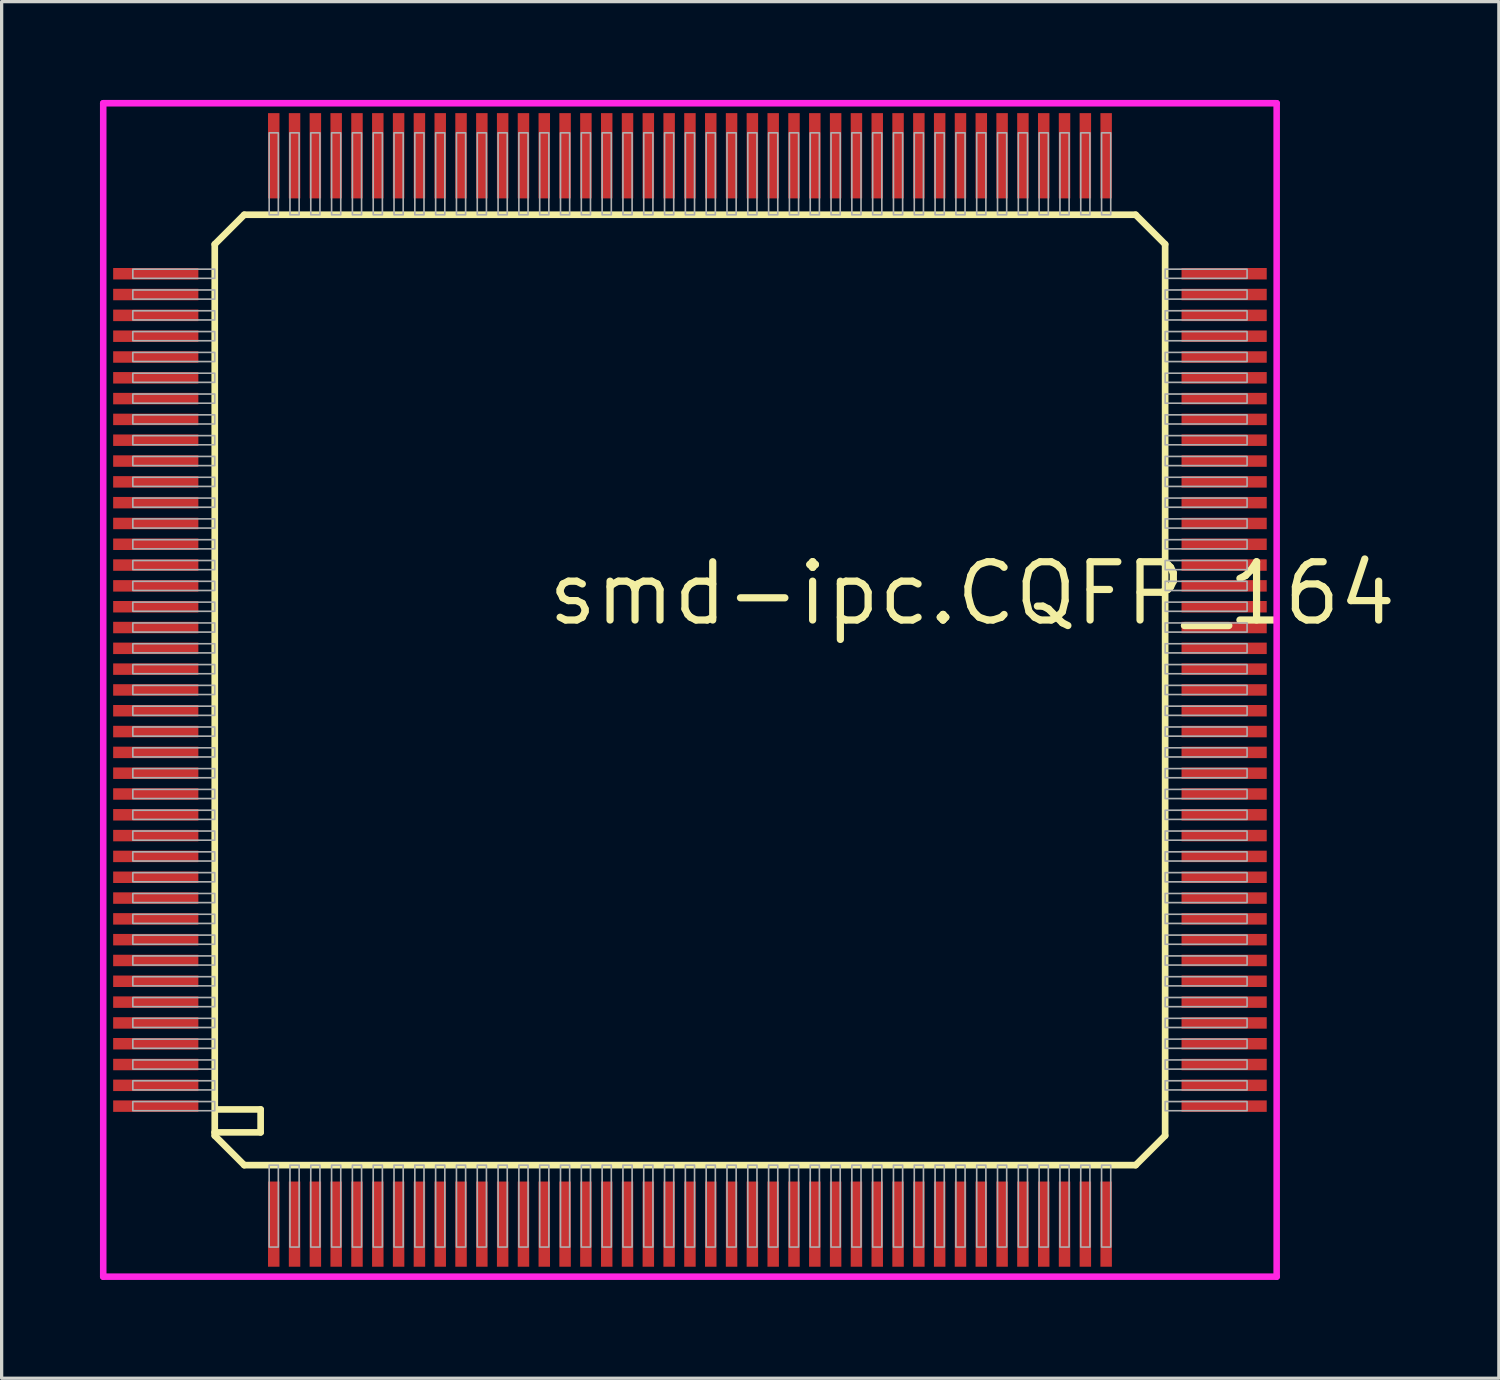
<source format=kicad_pcb>
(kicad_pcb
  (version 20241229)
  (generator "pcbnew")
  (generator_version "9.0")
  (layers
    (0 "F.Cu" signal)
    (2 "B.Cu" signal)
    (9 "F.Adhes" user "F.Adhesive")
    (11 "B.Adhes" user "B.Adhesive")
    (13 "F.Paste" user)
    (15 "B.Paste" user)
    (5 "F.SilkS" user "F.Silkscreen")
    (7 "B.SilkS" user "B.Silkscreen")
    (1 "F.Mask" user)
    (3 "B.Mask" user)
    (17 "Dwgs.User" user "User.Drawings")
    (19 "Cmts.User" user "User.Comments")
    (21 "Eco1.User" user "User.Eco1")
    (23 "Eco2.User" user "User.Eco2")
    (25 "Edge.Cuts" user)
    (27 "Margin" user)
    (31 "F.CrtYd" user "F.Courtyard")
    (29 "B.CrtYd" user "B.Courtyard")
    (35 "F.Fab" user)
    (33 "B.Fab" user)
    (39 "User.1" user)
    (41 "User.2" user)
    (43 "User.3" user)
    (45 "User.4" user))
  (footprint "smd-ipc.CQFP_164"
    (layer "F.Cu")
    (at 18.003 18.003)
    (property "Reference" "smd-ipc.CQFP_164" (at -4.445 -1.905 0) (layer "F.SilkS") (effects (font (size 1.778 1.778) (thickness 0.22)) (justify left bottom)))
    (attr smd)
    (fp_line (start -14.5 -13.6) (end -14.5 13.5) (stroke (width 0.203) (type default)) (layer "F.SilkS"))
    (fp_line (start -14.5 -13.6) (end -13.6 -14.5) (stroke (width 0.203) (type default)) (layer "F.SilkS"))
    (fp_line (start -14.5 13.5) (end -14.5 13.6) (stroke (width 0.203) (type default)) (layer "F.SilkS"))
    (fp_line (start -14.5 13.5) (end -13.1 13.5) (stroke (width 0.203) (type default)) (layer "F.SilkS"))
    (fp_line (start -14.5 13.6) (end -13.6 14.5) (stroke (width 0.203) (type default)) (layer "F.SilkS"))
    (fp_line (start -13.6 14.5) (end 13.6 14.5) (stroke (width 0.203) (type default)) (layer "F.SilkS"))
    (fp_line (start -13.1 12.8) (end -14.4 12.8) (stroke (width 0.203) (type default)) (layer "F.SilkS"))
    (fp_line (start -13.1 13.5) (end -13.1 12.8) (stroke (width 0.203) (type default)) (layer "F.SilkS"))
    (fp_line (start 13.6 -14.5) (end -13.6 -14.5) (stroke (width 0.203) (type default)) (layer "F.SilkS"))
    (fp_line (start 13.6 -14.5) (end 14.5 -13.6) (stroke (width 0.203) (type default)) (layer "F.SilkS"))
    (fp_line (start 13.6 14.5) (end 14.5 13.6) (stroke (width 0.203) (type default)) (layer "F.SilkS"))
    (fp_line (start 14.5 13.6) (end 14.5 -13.6) (stroke (width 0.203) (type default)) (layer "F.SilkS"))
    (fp_line (start -17.903 -17.903) (end 17.903 -17.903) (stroke (width 0.2) (type default)) (layer "F.CrtYd"))
    (fp_line (start -17.903 17.903) (end -17.903 -17.903) (stroke (width 0.2) (type default)) (layer "F.CrtYd"))
    (fp_line (start 17.903 -17.903) (end 17.903 17.903) (stroke (width 0.2) (type default)) (layer "F.CrtYd"))
    (fp_line (start 17.903 17.903) (end -17.903 17.903) (stroke (width 0.2) (type default)) (layer "F.CrtYd"))
    (fp_rect (start -17 -12.56) (end -14.5 -12.84) (stroke (width 0.05) (type default)) (fill no) (layer "F.Fab"))
    (fp_rect (start -17 -11.925) (end -14.5 -12.205) (stroke (width 0.05) (type default)) (fill no) (layer "F.Fab"))
    (fp_rect (start -17 -11.29) (end -14.5 -11.57) (stroke (width 0.05) (type default)) (fill no) (layer "F.Fab"))
    (fp_rect (start -17 -10.655) (end -14.5 -10.935) (stroke (width 0.05) (type default)) (fill no) (layer "F.Fab"))
    (fp_rect (start -17 -10.02) (end -14.5 -10.3) (stroke (width 0.05) (type default)) (fill no) (layer "F.Fab"))
    (fp_rect (start -17 -9.385) (end -14.5 -9.665) (stroke (width 0.05) (type default)) (fill no) (layer "F.Fab"))
    (fp_rect (start -17 -8.75) (end -14.5 -9.03) (stroke (width 0.05) (type default)) (fill no) (layer "F.Fab"))
    (fp_rect (start -17 -8.115) (end -14.5 -8.395) (stroke (width 0.05) (type default)) (fill no) (layer "F.Fab"))
    (fp_rect (start -17 -7.48) (end -14.5 -7.76) (stroke (width 0.05) (type default)) (fill no) (layer "F.Fab"))
    (fp_rect (start -17 -6.845) (end -14.5 -7.125) (stroke (width 0.05) (type default)) (fill no) (layer "F.Fab"))
    (fp_rect (start -17 -6.21) (end -14.5 -6.49) (stroke (width 0.05) (type default)) (fill no) (layer "F.Fab"))
    (fp_rect (start -17 -5.575) (end -14.5 -5.855) (stroke (width 0.05) (type default)) (fill no) (layer "F.Fab"))
    (fp_rect (start -17 -4.94) (end -14.5 -5.22) (stroke (width 0.05) (type default)) (fill no) (layer "F.Fab"))
    (fp_rect (start -17 -4.305) (end -14.5 -4.585) (stroke (width 0.05) (type default)) (fill no) (layer "F.Fab"))
    (fp_rect (start -17 -3.67) (end -14.5 -3.95) (stroke (width 0.05) (type default)) (fill no) (layer "F.Fab"))
    (fp_rect (start -17 -3.035) (end -14.5 -3.315) (stroke (width 0.05) (type default)) (fill no) (layer "F.Fab"))
    (fp_rect (start -17 -2.4) (end -14.5 -2.68) (stroke (width 0.05) (type default)) (fill no) (layer "F.Fab"))
    (fp_rect (start -17 -1.765) (end -14.5 -2.045) (stroke (width 0.05) (type default)) (fill no) (layer "F.Fab"))
    (fp_rect (start -17 -1.13) (end -14.5 -1.41) (stroke (width 0.05) (type default)) (fill no) (layer "F.Fab"))
    (fp_rect (start -17 -0.495) (end -14.5 -0.775) (stroke (width 0.05) (type default)) (fill no) (layer "F.Fab"))
    (fp_rect (start -17 0.14) (end -14.5 -0.14) (stroke (width 0.05) (type default)) (fill no) (layer "F.Fab"))
    (fp_rect (start -17 0.775) (end -14.5 0.495) (stroke (width 0.05) (type default)) (fill no) (layer "F.Fab"))
    (fp_rect (start -17 1.41) (end -14.5 1.13) (stroke (width 0.05) (type default)) (fill no) (layer "F.Fab"))
    (fp_rect (start -17 2.045) (end -14.5 1.765) (stroke (width 0.05) (type default)) (fill no) (layer "F.Fab"))
    (fp_rect (start -17 2.68) (end -14.5 2.4) (stroke (width 0.05) (type default)) (fill no) (layer "F.Fab"))
    (fp_rect (start -17 3.315) (end -14.5 3.035) (stroke (width 0.05) (type default)) (fill no) (layer "F.Fab"))
    (fp_rect (start -17 3.95) (end -14.5 3.67) (stroke (width 0.05) (type default)) (fill no) (layer "F.Fab"))
    (fp_rect (start -17 4.585) (end -14.5 4.305) (stroke (width 0.05) (type default)) (fill no) (layer "F.Fab"))
    (fp_rect (start -17 5.22) (end -14.5 4.94) (stroke (width 0.05) (type default)) (fill no) (layer "F.Fab"))
    (fp_rect (start -17 5.855) (end -14.5 5.575) (stroke (width 0.05) (type default)) (fill no) (layer "F.Fab"))
    (fp_rect (start -17 6.49) (end -14.5 6.21) (stroke (width 0.05) (type default)) (fill no) (layer "F.Fab"))
    (fp_rect (start -17 7.125) (end -14.5 6.845) (stroke (width 0.05) (type default)) (fill no) (layer "F.Fab"))
    (fp_rect (start -17 7.76) (end -14.5 7.48) (stroke (width 0.05) (type default)) (fill no) (layer "F.Fab"))
    (fp_rect (start -17 8.395) (end -14.5 8.115) (stroke (width 0.05) (type default)) (fill no) (layer "F.Fab"))
    (fp_rect (start -17 9.03) (end -14.5 8.75) (stroke (width 0.05) (type default)) (fill no) (layer "F.Fab"))
    (fp_rect (start -17 9.665) (end -14.5 9.385) (stroke (width 0.05) (type default)) (fill no) (layer "F.Fab"))
    (fp_rect (start -17 10.3) (end -14.5 10.02) (stroke (width 0.05) (type default)) (fill no) (layer "F.Fab"))
    (fp_rect (start -17 10.935) (end -14.5 10.655) (stroke (width 0.05) (type default)) (fill no) (layer "F.Fab"))
    (fp_rect (start -17 11.57) (end -14.5 11.29) (stroke (width 0.05) (type default)) (fill no) (layer "F.Fab"))
    (fp_rect (start -17 12.205) (end -14.5 11.925) (stroke (width 0.05) (type default)) (fill no) (layer "F.Fab"))
    (fp_rect (start -17 12.84) (end -14.5 12.56) (stroke (width 0.05) (type default)) (fill no) (layer "F.Fab"))
    (fp_rect (start -12.84 -14.5) (end -12.56 -17) (stroke (width 0.05) (type default)) (fill no) (layer "F.Fab"))
    (fp_rect (start -12.84 17) (end -12.56 14.5) (stroke (width 0.05) (type default)) (fill no) (layer "F.Fab"))
    (fp_rect (start -12.205 -14.5) (end -11.925 -17) (stroke (width 0.05) (type default)) (fill no) (layer "F.Fab"))
    (fp_rect (start -12.205 17) (end -11.925 14.5) (stroke (width 0.05) (type default)) (fill no) (layer "F.Fab"))
    (fp_rect (start -11.57 -14.5) (end -11.29 -17) (stroke (width 0.05) (type default)) (fill no) (layer "F.Fab"))
    (fp_rect (start -11.57 17) (end -11.29 14.5) (stroke (width 0.05) (type default)) (fill no) (layer "F.Fab"))
    (fp_rect (start -10.935 -14.5) (end -10.655 -17) (stroke (width 0.05) (type default)) (fill no) (layer "F.Fab"))
    (fp_rect (start -10.935 17) (end -10.655 14.5) (stroke (width 0.05) (type default)) (fill no) (layer "F.Fab"))
    (fp_rect (start -10.3 -14.5) (end -10.02 -17) (stroke (width 0.05) (type default)) (fill no) (layer "F.Fab"))
    (fp_rect (start -10.3 17) (end -10.02 14.5) (stroke (width 0.05) (type default)) (fill no) (layer "F.Fab"))
    (fp_rect (start -9.665 -14.5) (end -9.385 -17) (stroke (width 0.05) (type default)) (fill no) (layer "F.Fab"))
    (fp_rect (start -9.665 17) (end -9.385 14.5) (stroke (width 0.05) (type default)) (fill no) (layer "F.Fab"))
    (fp_rect (start -9.03 -14.5) (end -8.75 -17) (stroke (width 0.05) (type default)) (fill no) (layer "F.Fab"))
    (fp_rect (start -9.03 17) (end -8.75 14.5) (stroke (width 0.05) (type default)) (fill no) (layer "F.Fab"))
    (fp_rect (start -8.395 -14.5) (end -8.115 -17) (stroke (width 0.05) (type default)) (fill no) (layer "F.Fab"))
    (fp_rect (start -8.395 17) (end -8.115 14.5) (stroke (width 0.05) (type default)) (fill no) (layer "F.Fab"))
    (fp_rect (start -7.76 -14.5) (end -7.48 -17) (stroke (width 0.05) (type default)) (fill no) (layer "F.Fab"))
    (fp_rect (start -7.76 17) (end -7.48 14.5) (stroke (width 0.05) (type default)) (fill no) (layer "F.Fab"))
    (fp_rect (start -7.125 -14.5) (end -6.845 -17) (stroke (width 0.05) (type default)) (fill no) (layer "F.Fab"))
    (fp_rect (start -7.125 17) (end -6.845 14.5) (stroke (width 0.05) (type default)) (fill no) (layer "F.Fab"))
    (fp_rect (start -6.49 -14.5) (end -6.21 -17) (stroke (width 0.05) (type default)) (fill no) (layer "F.Fab"))
    (fp_rect (start -6.49 17) (end -6.21 14.5) (stroke (width 0.05) (type default)) (fill no) (layer "F.Fab"))
    (fp_rect (start -5.855 -14.5) (end -5.575 -17) (stroke (width 0.05) (type default)) (fill no) (layer "F.Fab"))
    (fp_rect (start -5.855 17) (end -5.575 14.5) (stroke (width 0.05) (type default)) (fill no) (layer "F.Fab"))
    (fp_rect (start -5.22 -14.5) (end -4.94 -17) (stroke (width 0.05) (type default)) (fill no) (layer "F.Fab"))
    (fp_rect (start -5.22 17) (end -4.94 14.5) (stroke (width 0.05) (type default)) (fill no) (layer "F.Fab"))
    (fp_rect (start -4.585 -14.5) (end -4.305 -17) (stroke (width 0.05) (type default)) (fill no) (layer "F.Fab"))
    (fp_rect (start -4.585 17) (end -4.305 14.5) (stroke (width 0.05) (type default)) (fill no) (layer "F.Fab"))
    (fp_rect (start -3.95 -14.5) (end -3.67 -17) (stroke (width 0.05) (type default)) (fill no) (layer "F.Fab"))
    (fp_rect (start -3.95 17) (end -3.67 14.5) (stroke (width 0.05) (type default)) (fill no) (layer "F.Fab"))
    (fp_rect (start -3.315 -14.5) (end -3.035 -17) (stroke (width 0.05) (type default)) (fill no) (layer "F.Fab"))
    (fp_rect (start -3.315 17) (end -3.035 14.5) (stroke (width 0.05) (type default)) (fill no) (layer "F.Fab"))
    (fp_rect (start -2.68 -14.5) (end -2.4 -17) (stroke (width 0.05) (type default)) (fill no) (layer "F.Fab"))
    (fp_rect (start -2.68 17) (end -2.4 14.5) (stroke (width 0.05) (type default)) (fill no) (layer "F.Fab"))
    (fp_rect (start -2.045 -14.5) (end -1.765 -17) (stroke (width 0.05) (type default)) (fill no) (layer "F.Fab"))
    (fp_rect (start -2.045 17) (end -1.765 14.5) (stroke (width 0.05) (type default)) (fill no) (layer "F.Fab"))
    (fp_rect (start -1.41 -14.5) (end -1.13 -17) (stroke (width 0.05) (type default)) (fill no) (layer "F.Fab"))
    (fp_rect (start -1.41 17) (end -1.13 14.5) (stroke (width 0.05) (type default)) (fill no) (layer "F.Fab"))
    (fp_rect (start -0.775 -14.5) (end -0.495 -17) (stroke (width 0.05) (type default)) (fill no) (layer "F.Fab"))
    (fp_rect (start -0.775 17) (end -0.495 14.5) (stroke (width 0.05) (type default)) (fill no) (layer "F.Fab"))
    (fp_rect (start -0.14 -14.5) (end 0.14 -17) (stroke (width 0.05) (type default)) (fill no) (layer "F.Fab"))
    (fp_rect (start -0.14 17) (end 0.14 14.5) (stroke (width 0.05) (type default)) (fill no) (layer "F.Fab"))
    (fp_rect (start 0.495 -14.5) (end 0.775 -17) (stroke (width 0.05) (type default)) (fill no) (layer "F.Fab"))
    (fp_rect (start 0.495 17) (end 0.775 14.5) (stroke (width 0.05) (type default)) (fill no) (layer "F.Fab"))
    (fp_rect (start 1.13 -14.5) (end 1.41 -17) (stroke (width 0.05) (type default)) (fill no) (layer "F.Fab"))
    (fp_rect (start 1.13 17) (end 1.41 14.5) (stroke (width 0.05) (type default)) (fill no) (layer "F.Fab"))
    (fp_rect (start 1.765 -14.5) (end 2.045 -17) (stroke (width 0.05) (type default)) (fill no) (layer "F.Fab"))
    (fp_rect (start 1.765 17) (end 2.045 14.5) (stroke (width 0.05) (type default)) (fill no) (layer "F.Fab"))
    (fp_rect (start 2.4 -14.5) (end 2.68 -17) (stroke (width 0.05) (type default)) (fill no) (layer "F.Fab"))
    (fp_rect (start 2.4 17) (end 2.68 14.5) (stroke (width 0.05) (type default)) (fill no) (layer "F.Fab"))
    (fp_rect (start 3.035 -14.5) (end 3.315 -17) (stroke (width 0.05) (type default)) (fill no) (layer "F.Fab"))
    (fp_rect (start 3.035 17) (end 3.315 14.5) (stroke (width 0.05) (type default)) (fill no) (layer "F.Fab"))
    (fp_rect (start 3.67 -14.5) (end 3.95 -17) (stroke (width 0.05) (type default)) (fill no) (layer "F.Fab"))
    (fp_rect (start 3.67 17) (end 3.95 14.5) (stroke (width 0.05) (type default)) (fill no) (layer "F.Fab"))
    (fp_rect (start 4.305 -14.5) (end 4.585 -17) (stroke (width 0.05) (type default)) (fill no) (layer "F.Fab"))
    (fp_rect (start 4.305 17) (end 4.585 14.5) (stroke (width 0.05) (type default)) (fill no) (layer "F.Fab"))
    (fp_rect (start 4.94 -14.5) (end 5.22 -17) (stroke (width 0.05) (type default)) (fill no) (layer "F.Fab"))
    (fp_rect (start 4.94 17) (end 5.22 14.5) (stroke (width 0.05) (type default)) (fill no) (layer "F.Fab"))
    (fp_rect (start 5.575 -14.5) (end 5.855 -17) (stroke (width 0.05) (type default)) (fill no) (layer "F.Fab"))
    (fp_rect (start 5.575 17) (end 5.855 14.5) (stroke (width 0.05) (type default)) (fill no) (layer "F.Fab"))
    (fp_rect (start 6.21 -14.5) (end 6.49 -17) (stroke (width 0.05) (type default)) (fill no) (layer "F.Fab"))
    (fp_rect (start 6.21 17) (end 6.49 14.5) (stroke (width 0.05) (type default)) (fill no) (layer "F.Fab"))
    (fp_rect (start 6.845 -14.5) (end 7.125 -17) (stroke (width 0.05) (type default)) (fill no) (layer "F.Fab"))
    (fp_rect (start 6.845 17) (end 7.125 14.5) (stroke (width 0.05) (type default)) (fill no) (layer "F.Fab"))
    (fp_rect (start 7.48 -14.5) (end 7.76 -17) (stroke (width 0.05) (type default)) (fill no) (layer "F.Fab"))
    (fp_rect (start 7.48 17) (end 7.76 14.5) (stroke (width 0.05) (type default)) (fill no) (layer "F.Fab"))
    (fp_rect (start 8.115 -14.5) (end 8.395 -17) (stroke (width 0.05) (type default)) (fill no) (layer "F.Fab"))
    (fp_rect (start 8.115 17) (end 8.395 14.5) (stroke (width 0.05) (type default)) (fill no) (layer "F.Fab"))
    (fp_rect (start 8.75 -14.5) (end 9.03 -17) (stroke (width 0.05) (type default)) (fill no) (layer "F.Fab"))
    (fp_rect (start 8.75 17) (end 9.03 14.5) (stroke (width 0.05) (type default)) (fill no) (layer "F.Fab"))
    (fp_rect (start 9.385 -14.5) (end 9.665 -17) (stroke (width 0.05) (type default)) (fill no) (layer "F.Fab"))
    (fp_rect (start 9.385 17) (end 9.665 14.5) (stroke (width 0.05) (type default)) (fill no) (layer "F.Fab"))
    (fp_rect (start 10.02 -14.5) (end 10.3 -17) (stroke (width 0.05) (type default)) (fill no) (layer "F.Fab"))
    (fp_rect (start 10.02 17) (end 10.3 14.5) (stroke (width 0.05) (type default)) (fill no) (layer "F.Fab"))
    (fp_rect (start 10.655 -14.5) (end 10.935 -17) (stroke (width 0.05) (type default)) (fill no) (layer "F.Fab"))
    (fp_rect (start 10.655 17) (end 10.935 14.5) (stroke (width 0.05) (type default)) (fill no) (layer "F.Fab"))
    (fp_rect (start 11.29 -14.5) (end 11.57 -17) (stroke (width 0.05) (type default)) (fill no) (layer "F.Fab"))
    (fp_rect (start 11.29 17) (end 11.57 14.5) (stroke (width 0.05) (type default)) (fill no) (layer "F.Fab"))
    (fp_rect (start 11.925 -14.5) (end 12.205 -17) (stroke (width 0.05) (type default)) (fill no) (layer "F.Fab"))
    (fp_rect (start 11.925 17) (end 12.205 14.5) (stroke (width 0.05) (type default)) (fill no) (layer "F.Fab"))
    (fp_rect (start 12.56 -14.5) (end 12.84 -17) (stroke (width 0.05) (type default)) (fill no) (layer "F.Fab"))
    (fp_rect (start 12.56 17) (end 12.84 14.5) (stroke (width 0.05) (type default)) (fill no) (layer "F.Fab"))
    (fp_rect (start 14.5 -12.56) (end 17 -12.84) (stroke (width 0.05) (type default)) (fill no) (layer "F.Fab"))
    (fp_rect (start 14.5 -11.925) (end 17 -12.205) (stroke (width 0.05) (type default)) (fill no) (layer "F.Fab"))
    (fp_rect (start 14.5 -11.29) (end 17 -11.57) (stroke (width 0.05) (type default)) (fill no) (layer "F.Fab"))
    (fp_rect (start 14.5 -10.655) (end 17 -10.935) (stroke (width 0.05) (type default)) (fill no) (layer "F.Fab"))
    (fp_rect (start 14.5 -10.02) (end 17 -10.3) (stroke (width 0.05) (type default)) (fill no) (layer "F.Fab"))
    (fp_rect (start 14.5 -9.385) (end 17 -9.665) (stroke (width 0.05) (type default)) (fill no) (layer "F.Fab"))
    (fp_rect (start 14.5 -8.75) (end 17 -9.03) (stroke (width 0.05) (type default)) (fill no) (layer "F.Fab"))
    (fp_rect (start 14.5 -8.115) (end 17 -8.395) (stroke (width 0.05) (type default)) (fill no) (layer "F.Fab"))
    (fp_rect (start 14.5 -7.48) (end 17 -7.76) (stroke (width 0.05) (type default)) (fill no) (layer "F.Fab"))
    (fp_rect (start 14.5 -6.845) (end 17 -7.125) (stroke (width 0.05) (type default)) (fill no) (layer "F.Fab"))
    (fp_rect (start 14.5 -6.21) (end 17 -6.49) (stroke (width 0.05) (type default)) (fill no) (layer "F.Fab"))
    (fp_rect (start 14.5 -5.575) (end 17 -5.855) (stroke (width 0.05) (type default)) (fill no) (layer "F.Fab"))
    (fp_rect (start 14.5 -4.94) (end 17 -5.22) (stroke (width 0.05) (type default)) (fill no) (layer "F.Fab"))
    (fp_rect (start 14.5 -4.305) (end 17 -4.585) (stroke (width 0.05) (type default)) (fill no) (layer "F.Fab"))
    (fp_rect (start 14.5 -3.67) (end 17 -3.95) (stroke (width 0.05) (type default)) (fill no) (layer "F.Fab"))
    (fp_rect (start 14.5 -3.035) (end 17 -3.315) (stroke (width 0.05) (type default)) (fill no) (layer "F.Fab"))
    (fp_rect (start 14.5 -2.4) (end 17 -2.68) (stroke (width 0.05) (type default)) (fill no) (layer "F.Fab"))
    (fp_rect (start 14.5 -1.765) (end 17 -2.045) (stroke (width 0.05) (type default)) (fill no) (layer "F.Fab"))
    (fp_rect (start 14.5 -1.13) (end 17 -1.41) (stroke (width 0.05) (type default)) (fill no) (layer "F.Fab"))
    (fp_rect (start 14.5 -0.495) (end 17 -0.775) (stroke (width 0.05) (type default)) (fill no) (layer "F.Fab"))
    (fp_rect (start 14.5 0.14) (end 17 -0.14) (stroke (width 0.05) (type default)) (fill no) (layer "F.Fab"))
    (fp_rect (start 14.5 0.775) (end 17 0.495) (stroke (width 0.05) (type default)) (fill no) (layer "F.Fab"))
    (fp_rect (start 14.5 1.41) (end 17 1.13) (stroke (width 0.05) (type default)) (fill no) (layer "F.Fab"))
    (fp_rect (start 14.5 2.045) (end 17 1.765) (stroke (width 0.05) (type default)) (fill no) (layer "F.Fab"))
    (fp_rect (start 14.5 2.68) (end 17 2.4) (stroke (width 0.05) (type default)) (fill no) (layer "F.Fab"))
    (fp_rect (start 14.5 3.315) (end 17 3.035) (stroke (width 0.05) (type default)) (fill no) (layer "F.Fab"))
    (fp_rect (start 14.5 3.95) (end 17 3.67) (stroke (width 0.05) (type default)) (fill no) (layer "F.Fab"))
    (fp_rect (start 14.5 4.585) (end 17 4.305) (stroke (width 0.05) (type default)) (fill no) (layer "F.Fab"))
    (fp_rect (start 14.5 5.22) (end 17 4.94) (stroke (width 0.05) (type default)) (fill no) (layer "F.Fab"))
    (fp_rect (start 14.5 5.855) (end 17 5.575) (stroke (width 0.05) (type default)) (fill no) (layer "F.Fab"))
    (fp_rect (start 14.5 6.49) (end 17 6.21) (stroke (width 0.05) (type default)) (fill no) (layer "F.Fab"))
    (fp_rect (start 14.5 7.125) (end 17 6.845) (stroke (width 0.05) (type default)) (fill no) (layer "F.Fab"))
    (fp_rect (start 14.5 7.76) (end 17 7.48) (stroke (width 0.05) (type default)) (fill no) (layer "F.Fab"))
    (fp_rect (start 14.5 8.395) (end 17 8.115) (stroke (width 0.05) (type default)) (fill no) (layer "F.Fab"))
    (fp_rect (start 14.5 9.03) (end 17 8.75) (stroke (width 0.05) (type default)) (fill no) (layer "F.Fab"))
    (fp_rect (start 14.5 9.665) (end 17 9.385) (stroke (width 0.05) (type default)) (fill no) (layer "F.Fab"))
    (fp_rect (start 14.5 10.3) (end 17 10.02) (stroke (width 0.05) (type default)) (fill no) (layer "F.Fab"))
    (fp_rect (start 14.5 10.935) (end 17 10.655) (stroke (width 0.05) (type default)) (fill no) (layer "F.Fab"))
    (fp_rect (start 14.5 11.57) (end 17 11.29) (stroke (width 0.05) (type default)) (fill no) (layer "F.Fab"))
    (fp_rect (start 14.5 12.205) (end 17 11.925) (stroke (width 0.05) (type default)) (fill no) (layer "F.Fab"))
    (fp_rect (start 14.5 12.84) (end 17 12.56) (stroke (width 0.05) (type default)) (fill no) (layer "F.Fab"))
    (pad "1" smd roundrect (at -12.7 16.3) (size 0.35 2.6) (layers "F.Cu" "F.Mask" "F.Paste") (roundrect_rratio 0.01))
    (pad "2" smd roundrect (at -12.065 16.3) (size 0.35 2.6) (layers "F.Cu" "F.Mask" "F.Paste") (roundrect_rratio 0.01))
    (pad "3" smd roundrect (at -11.43 16.3) (size 0.35 2.6) (layers "F.Cu" "F.Mask" "F.Paste") (roundrect_rratio 0.01))
    (pad "4" smd roundrect (at -10.795 16.3) (size 0.35 2.6) (layers "F.Cu" "F.Mask" "F.Paste") (roundrect_rratio 0.01))
    (pad "5" smd roundrect (at -10.16 16.3) (size 0.35 2.6) (layers "F.Cu" "F.Mask" "F.Paste") (roundrect_rratio 0.01))
    (pad "6" smd roundrect (at -9.525 16.3) (size 0.35 2.6) (layers "F.Cu" "F.Mask" "F.Paste") (roundrect_rratio 0.01))
    (pad "7" smd roundrect (at -8.89 16.3) (size 0.35 2.6) (layers "F.Cu" "F.Mask" "F.Paste") (roundrect_rratio 0.01))
    (pad "8" smd roundrect (at -8.255 16.3) (size 0.35 2.6) (layers "F.Cu" "F.Mask" "F.Paste") (roundrect_rratio 0.01))
    (pad "9" smd roundrect (at -7.62 16.3) (size 0.35 2.6) (layers "F.Cu" "F.Mask" "F.Paste") (roundrect_rratio 0.01))
    (pad "10" smd roundrect (at -6.985 16.3) (size 0.35 2.6) (layers "F.Cu" "F.Mask" "F.Paste") (roundrect_rratio 0.01))
    (pad "11" smd roundrect (at -6.35 16.3) (size 0.35 2.6) (layers "F.Cu" "F.Mask" "F.Paste") (roundrect_rratio 0.01))
    (pad "12" smd roundrect (at -5.715 16.3) (size 0.35 2.6) (layers "F.Cu" "F.Mask" "F.Paste") (roundrect_rratio 0.01))
    (pad "13" smd roundrect (at -5.08 16.3) (size 0.35 2.6) (layers "F.Cu" "F.Mask" "F.Paste") (roundrect_rratio 0.01))
    (pad "14" smd roundrect (at -4.445 16.3) (size 0.35 2.6) (layers "F.Cu" "F.Mask" "F.Paste") (roundrect_rratio 0.01))
    (pad "15" smd roundrect (at -3.81 16.3) (size 0.35 2.6) (layers "F.Cu" "F.Mask" "F.Paste") (roundrect_rratio 0.01))
    (pad "16" smd roundrect (at -3.175 16.3) (size 0.35 2.6) (layers "F.Cu" "F.Mask" "F.Paste") (roundrect_rratio 0.01))
    (pad "17" smd roundrect (at -2.54 16.3) (size 0.35 2.6) (layers "F.Cu" "F.Mask" "F.Paste") (roundrect_rratio 0.01))
    (pad "18" smd roundrect (at -1.905 16.3) (size 0.35 2.6) (layers "F.Cu" "F.Mask" "F.Paste") (roundrect_rratio 0.01))
    (pad "19" smd roundrect (at -1.27 16.3) (size 0.35 2.6) (layers "F.Cu" "F.Mask" "F.Paste") (roundrect_rratio 0.01))
    (pad "20" smd roundrect (at -0.635 16.3) (size 0.35 2.6) (layers "F.Cu" "F.Mask" "F.Paste") (roundrect_rratio 0.01))
    (pad "21" smd roundrect (at 0 16.3) (size 0.35 2.6) (layers "F.Cu" "F.Mask" "F.Paste") (roundrect_rratio 0.01))
    (pad "22" smd roundrect (at 0.635 16.3) (size 0.35 2.6) (layers "F.Cu" "F.Mask" "F.Paste") (roundrect_rratio 0.01))
    (pad "23" smd roundrect (at 1.27 16.3) (size 0.35 2.6) (layers "F.Cu" "F.Mask" "F.Paste") (roundrect_rratio 0.01))
    (pad "24" smd roundrect (at 1.905 16.3) (size 0.35 2.6) (layers "F.Cu" "F.Mask" "F.Paste") (roundrect_rratio 0.01))
    (pad "25" smd roundrect (at 2.54 16.3) (size 0.35 2.6) (layers "F.Cu" "F.Mask" "F.Paste") (roundrect_rratio 0.01))
    (pad "26" smd roundrect (at 3.175 16.3) (size 0.35 2.6) (layers "F.Cu" "F.Mask" "F.Paste") (roundrect_rratio 0.01))
    (pad "27" smd roundrect (at 3.81 16.3) (size 0.35 2.6) (layers "F.Cu" "F.Mask" "F.Paste") (roundrect_rratio 0.01))
    (pad "28" smd roundrect (at 4.445 16.3) (size 0.35 2.6) (layers "F.Cu" "F.Mask" "F.Paste") (roundrect_rratio 0.01))
    (pad "29" smd roundrect (at 5.08 16.3) (size 0.35 2.6) (layers "F.Cu" "F.Mask" "F.Paste") (roundrect_rratio 0.01))
    (pad "30" smd roundrect (at 5.715 16.3) (size 0.35 2.6) (layers "F.Cu" "F.Mask" "F.Paste") (roundrect_rratio 0.01))
    (pad "31" smd roundrect (at 6.35 16.3) (size 0.35 2.6) (layers "F.Cu" "F.Mask" "F.Paste") (roundrect_rratio 0.01))
    (pad "32" smd roundrect (at 6.985 16.3) (size 0.35 2.6) (layers "F.Cu" "F.Mask" "F.Paste") (roundrect_rratio 0.01))
    (pad "33" smd roundrect (at 7.62 16.3) (size 0.35 2.6) (layers "F.Cu" "F.Mask" "F.Paste") (roundrect_rratio 0.01))
    (pad "34" smd roundrect (at 8.255 16.3) (size 0.35 2.6) (layers "F.Cu" "F.Mask" "F.Paste") (roundrect_rratio 0.01))
    (pad "35" smd roundrect (at 8.89 16.3) (size 0.35 2.6) (layers "F.Cu" "F.Mask" "F.Paste") (roundrect_rratio 0.01))
    (pad "36" smd roundrect (at 9.525 16.3) (size 0.35 2.6) (layers "F.Cu" "F.Mask" "F.Paste") (roundrect_rratio 0.01))
    (pad "37" smd roundrect (at 10.16 16.3) (size 0.35 2.6) (layers "F.Cu" "F.Mask" "F.Paste") (roundrect_rratio 0.01))
    (pad "38" smd roundrect (at 10.795 16.3) (size 0.35 2.6) (layers "F.Cu" "F.Mask" "F.Paste") (roundrect_rratio 0.01))
    (pad "39" smd roundrect (at 11.43 16.3) (size 0.35 2.6) (layers "F.Cu" "F.Mask" "F.Paste") (roundrect_rratio 0.01))
    (pad "40" smd roundrect (at 12.065 16.3) (size 0.35 2.6) (layers "F.Cu" "F.Mask" "F.Paste") (roundrect_rratio 0.01))
    (pad "41" smd roundrect (at 12.7 16.3) (size 0.35 2.6) (layers "F.Cu" "F.Mask" "F.Paste") (roundrect_rratio 0.01))
    (pad "42" smd roundrect (at 16.3 12.7) (size 2.6 0.35) (layers "F.Cu" "F.Mask" "F.Paste") (roundrect_rratio 0.01))
    (pad "43" smd roundrect (at 16.3 12.065) (size 2.6 0.35) (layers "F.Cu" "F.Mask" "F.Paste") (roundrect_rratio 0.01))
    (pad "44" smd roundrect (at 16.3 11.43) (size 2.6 0.35) (layers "F.Cu" "F.Mask" "F.Paste") (roundrect_rratio 0.01))
    (pad "45" smd roundrect (at 16.3 10.795) (size 2.6 0.35) (layers "F.Cu" "F.Mask" "F.Paste") (roundrect_rratio 0.01))
    (pad "46" smd roundrect (at 16.3 10.16) (size 2.6 0.35) (layers "F.Cu" "F.Mask" "F.Paste") (roundrect_rratio 0.01))
    (pad "47" smd roundrect (at 16.3 9.525) (size 2.6 0.35) (layers "F.Cu" "F.Mask" "F.Paste") (roundrect_rratio 0.01))
    (pad "48" smd roundrect (at 16.3 8.89) (size 2.6 0.35) (layers "F.Cu" "F.Mask" "F.Paste") (roundrect_rratio 0.01))
    (pad "49" smd roundrect (at 16.3 8.255) (size 2.6 0.35) (layers "F.Cu" "F.Mask" "F.Paste") (roundrect_rratio 0.01))
    (pad "50" smd roundrect (at 16.3 7.62) (size 2.6 0.35) (layers "F.Cu" "F.Mask" "F.Paste") (roundrect_rratio 0.01))
    (pad "51" smd roundrect (at 16.3 6.985) (size 2.6 0.35) (layers "F.Cu" "F.Mask" "F.Paste") (roundrect_rratio 0.01))
    (pad "52" smd roundrect (at 16.3 6.35) (size 2.6 0.35) (layers "F.Cu" "F.Mask" "F.Paste") (roundrect_rratio 0.01))
    (pad "53" smd roundrect (at 16.3 5.715) (size 2.6 0.35) (layers "F.Cu" "F.Mask" "F.Paste") (roundrect_rratio 0.01))
    (pad "54" smd roundrect (at 16.3 5.08) (size 2.6 0.35) (layers "F.Cu" "F.Mask" "F.Paste") (roundrect_rratio 0.01))
    (pad "55" smd roundrect (at 16.3 4.445) (size 2.6 0.35) (layers "F.Cu" "F.Mask" "F.Paste") (roundrect_rratio 0.01))
    (pad "56" smd roundrect (at 16.3 3.81) (size 2.6 0.35) (layers "F.Cu" "F.Mask" "F.Paste") (roundrect_rratio 0.01))
    (pad "57" smd roundrect (at 16.3 3.175) (size 2.6 0.35) (layers "F.Cu" "F.Mask" "F.Paste") (roundrect_rratio 0.01))
    (pad "58" smd roundrect (at 16.3 2.54) (size 2.6 0.35) (layers "F.Cu" "F.Mask" "F.Paste") (roundrect_rratio 0.01))
    (pad "59" smd roundrect (at 16.3 1.905) (size 2.6 0.35) (layers "F.Cu" "F.Mask" "F.Paste") (roundrect_rratio 0.01))
    (pad "60" smd roundrect (at 16.3 1.27) (size 2.6 0.35) (layers "F.Cu" "F.Mask" "F.Paste") (roundrect_rratio 0.01))
    (pad "61" smd roundrect (at 16.3 0.635) (size 2.6 0.35) (layers "F.Cu" "F.Mask" "F.Paste") (roundrect_rratio 0.01))
    (pad "62" smd roundrect (at 16.3 0) (size 2.6 0.35) (layers "F.Cu" "F.Mask" "F.Paste") (roundrect_rratio 0.01))
    (pad "63" smd roundrect (at 16.3 -0.635) (size 2.6 0.35) (layers "F.Cu" "F.Mask" "F.Paste") (roundrect_rratio 0.01))
    (pad "64" smd roundrect (at 16.3 -1.27) (size 2.6 0.35) (layers "F.Cu" "F.Mask" "F.Paste") (roundrect_rratio 0.01))
    (pad "65" smd roundrect (at 16.3 -1.905) (size 2.6 0.35) (layers "F.Cu" "F.Mask" "F.Paste") (roundrect_rratio 0.01))
    (pad "66" smd roundrect (at 16.3 -2.54) (size 2.6 0.35) (layers "F.Cu" "F.Mask" "F.Paste") (roundrect_rratio 0.01))
    (pad "67" smd roundrect (at 16.3 -3.175) (size 2.6 0.35) (layers "F.Cu" "F.Mask" "F.Paste") (roundrect_rratio 0.01))
    (pad "68" smd roundrect (at 16.3 -3.81) (size 2.6 0.35) (layers "F.Cu" "F.Mask" "F.Paste") (roundrect_rratio 0.01))
    (pad "69" smd roundrect (at 16.3 -4.445) (size 2.6 0.35) (layers "F.Cu" "F.Mask" "F.Paste") (roundrect_rratio 0.01))
    (pad "70" smd roundrect (at 16.3 -5.08) (size 2.6 0.35) (layers "F.Cu" "F.Mask" "F.Paste") (roundrect_rratio 0.01))
    (pad "71" smd roundrect (at 16.3 -5.715) (size 2.6 0.35) (layers "F.Cu" "F.Mask" "F.Paste") (roundrect_rratio 0.01))
    (pad "72" smd roundrect (at 16.3 -6.35) (size 2.6 0.35) (layers "F.Cu" "F.Mask" "F.Paste") (roundrect_rratio 0.01))
    (pad "73" smd roundrect (at 16.3 -6.985) (size 2.6 0.35) (layers "F.Cu" "F.Mask" "F.Paste") (roundrect_rratio 0.01))
    (pad "74" smd roundrect (at 16.3 -7.62) (size 2.6 0.35) (layers "F.Cu" "F.Mask" "F.Paste") (roundrect_rratio 0.01))
    (pad "75" smd roundrect (at 16.3 -8.255) (size 2.6 0.35) (layers "F.Cu" "F.Mask" "F.Paste") (roundrect_rratio 0.01))
    (pad "76" smd roundrect (at 16.3 -8.89) (size 2.6 0.35) (layers "F.Cu" "F.Mask" "F.Paste") (roundrect_rratio 0.01))
    (pad "77" smd roundrect (at 16.3 -9.525) (size 2.6 0.35) (layers "F.Cu" "F.Mask" "F.Paste") (roundrect_rratio 0.01))
    (pad "78" smd roundrect (at 16.3 -10.16) (size 2.6 0.35) (layers "F.Cu" "F.Mask" "F.Paste") (roundrect_rratio 0.01))
    (pad "79" smd roundrect (at 16.3 -10.795) (size 2.6 0.35) (layers "F.Cu" "F.Mask" "F.Paste") (roundrect_rratio 0.01))
    (pad "80" smd roundrect (at 16.3 -11.43) (size 2.6 0.35) (layers "F.Cu" "F.Mask" "F.Paste") (roundrect_rratio 0.01))
    (pad "81" smd roundrect (at 16.3 -12.065) (size 2.6 0.35) (layers "F.Cu" "F.Mask" "F.Paste") (roundrect_rratio 0.01))
    (pad "82" smd roundrect (at 16.3 -12.7) (size 2.6 0.35) (layers "F.Cu" "F.Mask" "F.Paste") (roundrect_rratio 0.01))
    (pad "83" smd roundrect (at 12.7 -16.3) (size 0.35 2.6) (layers "F.Cu" "F.Mask" "F.Paste") (roundrect_rratio 0.01))
    (pad "84" smd roundrect (at 12.065 -16.3) (size 0.35 2.6) (layers "F.Cu" "F.Mask" "F.Paste") (roundrect_rratio 0.01))
    (pad "85" smd roundrect (at 11.43 -16.3) (size 0.35 2.6) (layers "F.Cu" "F.Mask" "F.Paste") (roundrect_rratio 0.01))
    (pad "86" smd roundrect (at 10.795 -16.3) (size 0.35 2.6) (layers "F.Cu" "F.Mask" "F.Paste") (roundrect_rratio 0.01))
    (pad "87" smd roundrect (at 10.16 -16.3) (size 0.35 2.6) (layers "F.Cu" "F.Mask" "F.Paste") (roundrect_rratio 0.01))
    (pad "88" smd roundrect (at 9.525 -16.3) (size 0.35 2.6) (layers "F.Cu" "F.Mask" "F.Paste") (roundrect_rratio 0.01))
    (pad "89" smd roundrect (at 8.89 -16.3) (size 0.35 2.6) (layers "F.Cu" "F.Mask" "F.Paste") (roundrect_rratio 0.01))
    (pad "90" smd roundrect (at 8.255 -16.3) (size 0.35 2.6) (layers "F.Cu" "F.Mask" "F.Paste") (roundrect_rratio 0.01))
    (pad "91" smd roundrect (at 7.62 -16.3) (size 0.35 2.6) (layers "F.Cu" "F.Mask" "F.Paste") (roundrect_rratio 0.01))
    (pad "92" smd roundrect (at 6.985 -16.3) (size 0.35 2.6) (layers "F.Cu" "F.Mask" "F.Paste") (roundrect_rratio 0.01))
    (pad "93" smd roundrect (at 6.35 -16.3) (size 0.35 2.6) (layers "F.Cu" "F.Mask" "F.Paste") (roundrect_rratio 0.01))
    (pad "94" smd roundrect (at 5.715 -16.3) (size 0.35 2.6) (layers "F.Cu" "F.Mask" "F.Paste") (roundrect_rratio 0.01))
    (pad "95" smd roundrect (at 5.08 -16.3) (size 0.35 2.6) (layers "F.Cu" "F.Mask" "F.Paste") (roundrect_rratio 0.01))
    (pad "96" smd roundrect (at 4.445 -16.3) (size 0.35 2.6) (layers "F.Cu" "F.Mask" "F.Paste") (roundrect_rratio 0.01))
    (pad "97" smd roundrect (at 3.81 -16.3) (size 0.35 2.6) (layers "F.Cu" "F.Mask" "F.Paste") (roundrect_rratio 0.01))
    (pad "98" smd roundrect (at 3.175 -16.3) (size 0.35 2.6) (layers "F.Cu" "F.Mask" "F.Paste") (roundrect_rratio 0.01))
    (pad "99" smd roundrect (at 2.54 -16.3) (size 0.35 2.6) (layers "F.Cu" "F.Mask" "F.Paste") (roundrect_rratio 0.01))
    (pad "100" smd roundrect (at 1.905 -16.3) (size 0.35 2.6) (layers "F.Cu" "F.Mask" "F.Paste") (roundrect_rratio 0.01))
    (pad "101" smd roundrect (at 1.27 -16.3) (size 0.35 2.6) (layers "F.Cu" "F.Mask" "F.Paste") (roundrect_rratio 0.01))
    (pad "102" smd roundrect (at 0.635 -16.3) (size 0.35 2.6) (layers "F.Cu" "F.Mask" "F.Paste") (roundrect_rratio 0.01))
    (pad "103" smd roundrect (at 0 -16.3) (size 0.35 2.6) (layers "F.Cu" "F.Mask" "F.Paste") (roundrect_rratio 0.01))
    (pad "104" smd roundrect (at -0.635 -16.3) (size 0.35 2.6) (layers "F.Cu" "F.Mask" "F.Paste") (roundrect_rratio 0.01))
    (pad "105" smd roundrect (at -1.27 -16.3) (size 0.35 2.6) (layers "F.Cu" "F.Mask" "F.Paste") (roundrect_rratio 0.01))
    (pad "106" smd roundrect (at -1.905 -16.3) (size 0.35 2.6) (layers "F.Cu" "F.Mask" "F.Paste") (roundrect_rratio 0.01))
    (pad "107" smd roundrect (at -2.54 -16.3) (size 0.35 2.6) (layers "F.Cu" "F.Mask" "F.Paste") (roundrect_rratio 0.01))
    (pad "108" smd roundrect (at -3.175 -16.3) (size 0.35 2.6) (layers "F.Cu" "F.Mask" "F.Paste") (roundrect_rratio 0.01))
    (pad "109" smd roundrect (at -3.81 -16.3) (size 0.35 2.6) (layers "F.Cu" "F.Mask" "F.Paste") (roundrect_rratio 0.01))
    (pad "110" smd roundrect (at -4.445 -16.3) (size 0.35 2.6) (layers "F.Cu" "F.Mask" "F.Paste") (roundrect_rratio 0.01))
    (pad "111" smd roundrect (at -5.08 -16.3) (size 0.35 2.6) (layers "F.Cu" "F.Mask" "F.Paste") (roundrect_rratio 0.01))
    (pad "112" smd roundrect (at -5.715 -16.3) (size 0.35 2.6) (layers "F.Cu" "F.Mask" "F.Paste") (roundrect_rratio 0.01))
    (pad "113" smd roundrect (at -6.35 -16.3) (size 0.35 2.6) (layers "F.Cu" "F.Mask" "F.Paste") (roundrect_rratio 0.01))
    (pad "114" smd roundrect (at -6.985 -16.3) (size 0.35 2.6) (layers "F.Cu" "F.Mask" "F.Paste") (roundrect_rratio 0.01))
    (pad "115" smd roundrect (at -7.62 -16.3) (size 0.35 2.6) (layers "F.Cu" "F.Mask" "F.Paste") (roundrect_rratio 0.01))
    (pad "116" smd roundrect (at -8.255 -16.3) (size 0.35 2.6) (layers "F.Cu" "F.Mask" "F.Paste") (roundrect_rratio 0.01))
    (pad "117" smd roundrect (at -8.89 -16.3) (size 0.35 2.6) (layers "F.Cu" "F.Mask" "F.Paste") (roundrect_rratio 0.01))
    (pad "118" smd roundrect (at -9.525 -16.3) (size 0.35 2.6) (layers "F.Cu" "F.Mask" "F.Paste") (roundrect_rratio 0.01))
    (pad "119" smd roundrect (at -10.16 -16.3) (size 0.35 2.6) (layers "F.Cu" "F.Mask" "F.Paste") (roundrect_rratio 0.01))
    (pad "120" smd roundrect (at -10.795 -16.3) (size 0.35 2.6) (layers "F.Cu" "F.Mask" "F.Paste") (roundrect_rratio 0.01))
    (pad "121" smd roundrect (at -11.43 -16.3) (size 0.35 2.6) (layers "F.Cu" "F.Mask" "F.Paste") (roundrect_rratio 0.01))
    (pad "122" smd roundrect (at -12.065 -16.3) (size 0.35 2.6) (layers "F.Cu" "F.Mask" "F.Paste") (roundrect_rratio 0.01))
    (pad "123" smd roundrect (at -12.7 -16.3) (size 0.35 2.6) (layers "F.Cu" "F.Mask" "F.Paste") (roundrect_rratio 0.01))
    (pad "124" smd roundrect (at -16.3 -12.7) (size 2.6 0.35) (layers "F.Cu" "F.Mask" "F.Paste") (roundrect_rratio 0.01))
    (pad "125" smd roundrect (at -16.3 -12.065) (size 2.6 0.35) (layers "F.Cu" "F.Mask" "F.Paste") (roundrect_rratio 0.01))
    (pad "126" smd roundrect (at -16.3 -11.43) (size 2.6 0.35) (layers "F.Cu" "F.Mask" "F.Paste") (roundrect_rratio 0.01))
    (pad "127" smd roundrect (at -16.3 -10.795) (size 2.6 0.35) (layers "F.Cu" "F.Mask" "F.Paste") (roundrect_rratio 0.01))
    (pad "128" smd roundrect (at -16.3 -10.16) (size 2.6 0.35) (layers "F.Cu" "F.Mask" "F.Paste") (roundrect_rratio 0.01))
    (pad "129" smd roundrect (at -16.3 -9.525) (size 2.6 0.35) (layers "F.Cu" "F.Mask" "F.Paste") (roundrect_rratio 0.01))
    (pad "130" smd roundrect (at -16.3 -8.89) (size 2.6 0.35) (layers "F.Cu" "F.Mask" "F.Paste") (roundrect_rratio 0.01))
    (pad "131" smd roundrect (at -16.3 -8.255) (size 2.6 0.35) (layers "F.Cu" "F.Mask" "F.Paste") (roundrect_rratio 0.01))
    (pad "132" smd roundrect (at -16.3 -7.62) (size 2.6 0.35) (layers "F.Cu" "F.Mask" "F.Paste") (roundrect_rratio 0.01))
    (pad "133" smd roundrect (at -16.3 -6.985) (size 2.6 0.35) (layers "F.Cu" "F.Mask" "F.Paste") (roundrect_rratio 0.01))
    (pad "134" smd roundrect (at -16.3 -6.35) (size 2.6 0.35) (layers "F.Cu" "F.Mask" "F.Paste") (roundrect_rratio 0.01))
    (pad "135" smd roundrect (at -16.3 -5.715) (size 2.6 0.35) (layers "F.Cu" "F.Mask" "F.Paste") (roundrect_rratio 0.01))
    (pad "136" smd roundrect (at -16.3 -5.08) (size 2.6 0.35) (layers "F.Cu" "F.Mask" "F.Paste") (roundrect_rratio 0.01))
    (pad "137" smd roundrect (at -16.3 -4.445) (size 2.6 0.35) (layers "F.Cu" "F.Mask" "F.Paste") (roundrect_rratio 0.01))
    (pad "138" smd roundrect (at -16.3 -3.81) (size 2.6 0.35) (layers "F.Cu" "F.Mask" "F.Paste") (roundrect_rratio 0.01))
    (pad "139" smd roundrect (at -16.3 -3.175) (size 2.6 0.35) (layers "F.Cu" "F.Mask" "F.Paste") (roundrect_rratio 0.01))
    (pad "140" smd roundrect (at -16.3 -2.54) (size 2.6 0.35) (layers "F.Cu" "F.Mask" "F.Paste") (roundrect_rratio 0.01))
    (pad "141" smd roundrect (at -16.3 -1.905) (size 2.6 0.35) (layers "F.Cu" "F.Mask" "F.Paste") (roundrect_rratio 0.01))
    (pad "142" smd roundrect (at -16.3 -1.27) (size 2.6 0.35) (layers "F.Cu" "F.Mask" "F.Paste") (roundrect_rratio 0.01))
    (pad "143" smd roundrect (at -16.3 -0.635) (size 2.6 0.35) (layers "F.Cu" "F.Mask" "F.Paste") (roundrect_rratio 0.01))
    (pad "144" smd roundrect (at -16.3 0) (size 2.6 0.35) (layers "F.Cu" "F.Mask" "F.Paste") (roundrect_rratio 0.01))
    (pad "145" smd roundrect (at -16.3 0.635) (size 2.6 0.35) (layers "F.Cu" "F.Mask" "F.Paste") (roundrect_rratio 0.01))
    (pad "146" smd roundrect (at -16.3 1.27) (size 2.6 0.35) (layers "F.Cu" "F.Mask" "F.Paste") (roundrect_rratio 0.01))
    (pad "147" smd roundrect (at -16.3 1.905) (size 2.6 0.35) (layers "F.Cu" "F.Mask" "F.Paste") (roundrect_rratio 0.01))
    (pad "148" smd roundrect (at -16.3 2.54) (size 2.6 0.35) (layers "F.Cu" "F.Mask" "F.Paste") (roundrect_rratio 0.01))
    (pad "149" smd roundrect (at -16.3 3.175) (size 2.6 0.35) (layers "F.Cu" "F.Mask" "F.Paste") (roundrect_rratio 0.01))
    (pad "150" smd roundrect (at -16.3 3.81) (size 2.6 0.35) (layers "F.Cu" "F.Mask" "F.Paste") (roundrect_rratio 0.01))
    (pad "151" smd roundrect (at -16.3 4.445) (size 2.6 0.35) (layers "F.Cu" "F.Mask" "F.Paste") (roundrect_rratio 0.01))
    (pad "152" smd roundrect (at -16.3 5.08) (size 2.6 0.35) (layers "F.Cu" "F.Mask" "F.Paste") (roundrect_rratio 0.01))
    (pad "153" smd roundrect (at -16.3 5.715) (size 2.6 0.35) (layers "F.Cu" "F.Mask" "F.Paste") (roundrect_rratio 0.01))
    (pad "154" smd roundrect (at -16.3 6.35) (size 2.6 0.35) (layers "F.Cu" "F.Mask" "F.Paste") (roundrect_rratio 0.01))
    (pad "155" smd roundrect (at -16.3 6.985) (size 2.6 0.35) (layers "F.Cu" "F.Mask" "F.Paste") (roundrect_rratio 0.01))
    (pad "156" smd roundrect (at -16.3 7.62) (size 2.6 0.35) (layers "F.Cu" "F.Mask" "F.Paste") (roundrect_rratio 0.01))
    (pad "157" smd roundrect (at -16.3 8.255) (size 2.6 0.35) (layers "F.Cu" "F.Mask" "F.Paste") (roundrect_rratio 0.01))
    (pad "158" smd roundrect (at -16.3 8.89) (size 2.6 0.35) (layers "F.Cu" "F.Mask" "F.Paste") (roundrect_rratio 0.01))
    (pad "159" smd roundrect (at -16.3 9.525) (size 2.6 0.35) (layers "F.Cu" "F.Mask" "F.Paste") (roundrect_rratio 0.01))
    (pad "160" smd roundrect (at -16.3 10.16) (size 2.6 0.35) (layers "F.Cu" "F.Mask" "F.Paste") (roundrect_rratio 0.01))
    (pad "161" smd roundrect (at -16.3 10.795) (size 2.6 0.35) (layers "F.Cu" "F.Mask" "F.Paste") (roundrect_rratio 0.01))
    (pad "162" smd roundrect (at -16.3 11.43) (size 2.6 0.35) (layers "F.Cu" "F.Mask" "F.Paste") (roundrect_rratio 0.01))
    (pad "163" smd roundrect (at -16.3 12.065) (size 2.6 0.35) (layers "F.Cu" "F.Mask" "F.Paste") (roundrect_rratio 0.01))
    (pad "164" smd roundrect (at -16.3 12.7) (size 2.6 0.35) (layers "F.Cu" "F.Mask" "F.Paste") (roundrect_rratio 0.01)))
  (gr_rect
    (start -3 -3)
    (end 42.686 39.006)
    (stroke (width 0.1) (type default))
    (fill no)
    (layer "Edge.Cuts")))
</source>
